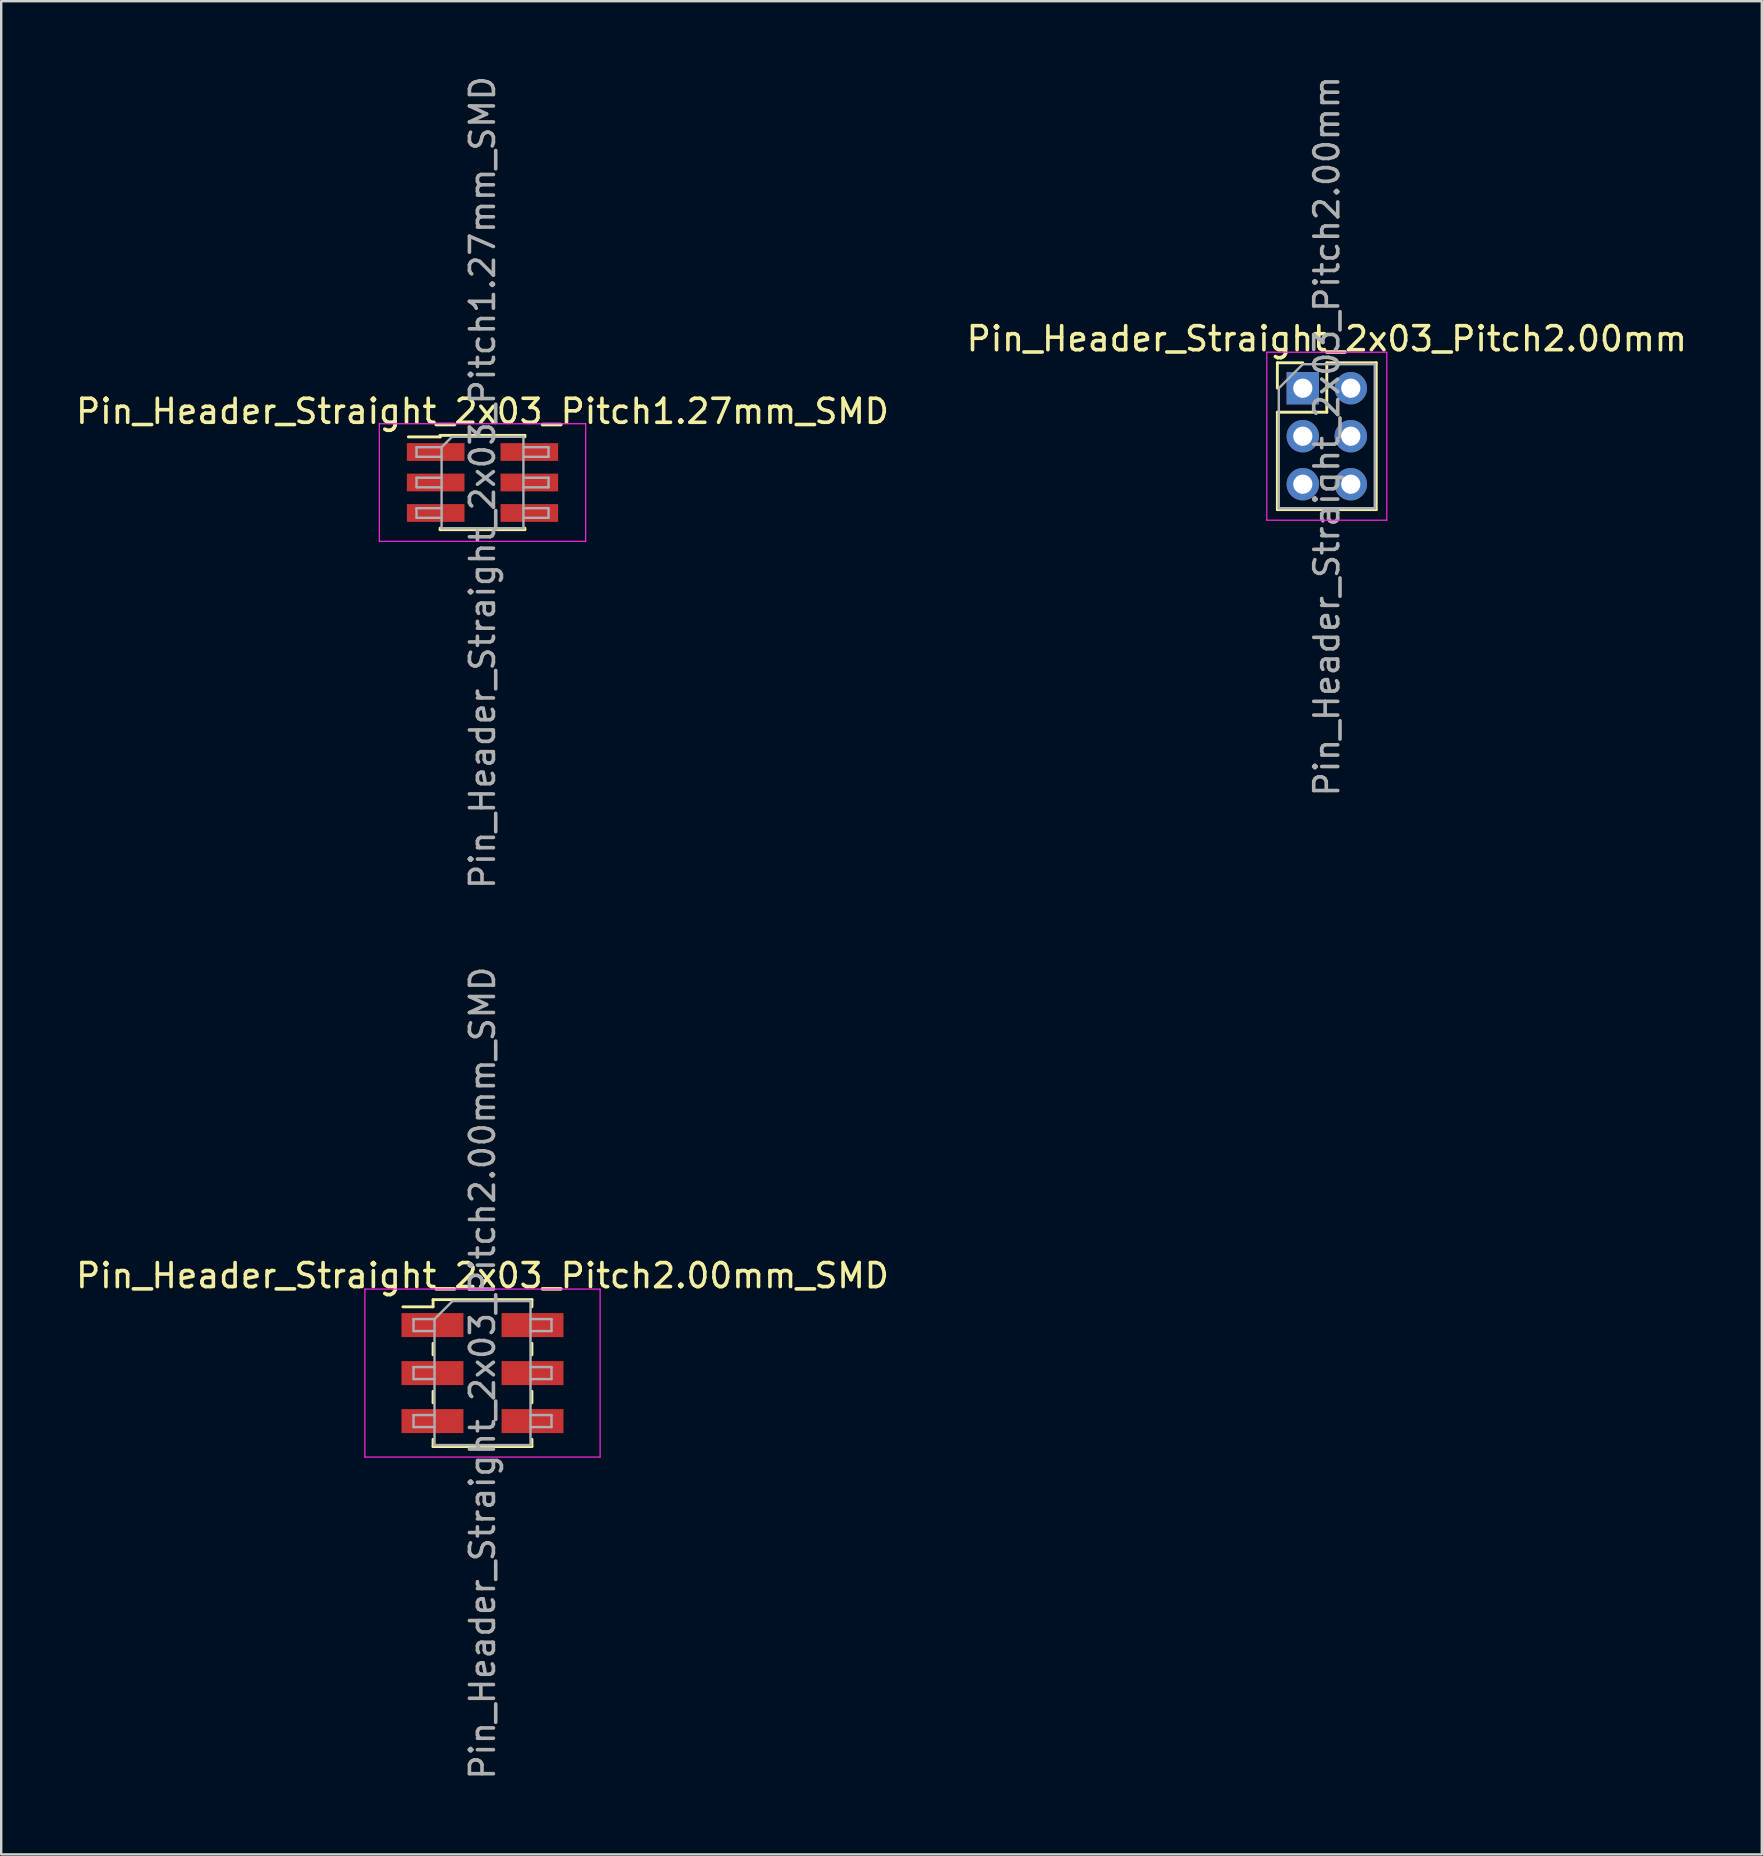
<source format=kicad_pcb>
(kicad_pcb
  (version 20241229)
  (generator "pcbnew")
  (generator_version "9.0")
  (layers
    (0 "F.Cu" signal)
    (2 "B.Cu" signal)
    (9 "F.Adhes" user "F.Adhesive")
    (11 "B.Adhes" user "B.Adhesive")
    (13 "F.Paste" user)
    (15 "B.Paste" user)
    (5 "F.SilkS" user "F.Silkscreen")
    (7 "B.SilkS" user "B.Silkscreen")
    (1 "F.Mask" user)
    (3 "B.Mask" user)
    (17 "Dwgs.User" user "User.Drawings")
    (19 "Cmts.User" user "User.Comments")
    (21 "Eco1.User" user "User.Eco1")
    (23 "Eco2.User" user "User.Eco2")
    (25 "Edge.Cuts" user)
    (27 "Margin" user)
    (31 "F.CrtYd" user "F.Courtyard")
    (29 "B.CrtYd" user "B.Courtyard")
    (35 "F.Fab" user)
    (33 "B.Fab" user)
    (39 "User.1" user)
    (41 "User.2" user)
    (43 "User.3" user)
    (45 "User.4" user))
  (footprint "Pin_Header_Straight_2x03_Pitch2.00mm"
    (layer "F.Cu")
    (at 51.232 13.125)
    (property "Reference" "Pin_Header_Straight_2x03_Pitch2.00mm" (at 1 -2.06 0) (layer "F.SilkS") (effects (font (size 1 1) (thickness 0.15))))
    (attr through_hole)
    (fp_line (start -1.06 -1.06) (end 0 -1.06) (stroke (width 0.12) (type solid)) (layer "F.SilkS"))
    (fp_line (start -1.06 0) (end -1.06 -1.06) (stroke (width 0.12) (type solid)) (layer "F.SilkS"))
    (fp_line (start -1.06 1) (end -1.06 5.06) (stroke (width 0.12) (type solid)) (layer "F.SilkS"))
    (fp_line (start -1.06 1) (end 1 1) (stroke (width 0.12) (type solid)) (layer "F.SilkS"))
    (fp_line (start -1.06 5.06) (end 3.06 5.06) (stroke (width 0.12) (type solid)) (layer "F.SilkS"))
    (fp_line (start 1 -1.06) (end 3.06 -1.06) (stroke (width 0.12) (type solid)) (layer "F.SilkS"))
    (fp_line (start 1 1) (end 1 -1.06) (stroke (width 0.12) (type solid)) (layer "F.SilkS"))
    (fp_line (start 3.06 -1.06) (end 3.06 5.06) (stroke (width 0.12) (type solid)) (layer "F.SilkS"))
    (fp_line (start -1.5 -1.5) (end -1.5 5.5) (stroke (width 0.05) (type solid)) (layer "F.CrtYd"))
    (fp_line (start -1.5 5.5) (end 3.5 5.5) (stroke (width 0.05) (type solid)) (layer "F.CrtYd"))
    (fp_line (start 3.5 -1.5) (end -1.5 -1.5) (stroke (width 0.05) (type solid)) (layer "F.CrtYd"))
    (fp_line (start 3.5 5.5) (end 3.5 -1.5) (stroke (width 0.05) (type solid)) (layer "F.CrtYd"))
    (fp_line (start -1 0) (end 0 -1) (stroke (width 0.1) (type solid)) (layer "F.Fab"))
    (fp_line (start -1 5) (end -1 0) (stroke (width 0.1) (type solid)) (layer "F.Fab"))
    (fp_line (start 0 -1) (end 3 -1) (stroke (width 0.1) (type solid)) (layer "F.Fab"))
    (fp_line (start 3 -1) (end 3 5) (stroke (width 0.1) (type solid)) (layer "F.Fab"))
    (fp_line (start 3 5) (end -1 5) (stroke (width 0.1) (type solid)) (layer "F.Fab"))
    (fp_text user "${REFERENCE}" (at 1 2 90) (layer "F.Fab") (effects (font (size 1 1) (thickness 0.15))))
    (pad "1" thru_hole rect (at 0 0) (size 1.35 1.35) (drill 0.8) (layers "*.Cu" "*.Mask"))
    (pad "2" thru_hole oval (at 2 0) (size 1.35 1.35) (drill 0.8) (layers "*.Cu" "*.Mask"))
    (pad "3" thru_hole oval (at 0 2) (size 1.35 1.35) (drill 0.8) (layers "*.Cu" "*.Mask"))
    (pad "4" thru_hole oval (at 2 2) (size 1.35 1.35) (drill 0.8) (layers "*.Cu" "*.Mask"))
    (pad "5" thru_hole oval (at 0 4) (size 1.35 1.35) (drill 0.8) (layers "*.Cu" "*.Mask"))
    (pad "6" thru_hole oval (at 2 4) (size 1.35 1.35) (drill 0.8) (layers "*.Cu" "*.Mask")))
  (footprint "Pin_Header_Straight_2x03_Pitch1.27mm_SMD"
    (layer "F.Cu")
    (at 17.054 17.054)
    (property "Reference" "Pin_Header_Straight_2x03_Pitch1.27mm_SMD" (at 0 -2.965 0) (layer "F.SilkS") (effects (font (size 1 1) (thickness 0.15))))
    (attr smd)
    (fp_line (start -3.09 -1.9) (end -1.765 -1.9) (stroke (width 0.12) (type solid)) (layer "F.SilkS"))
    (fp_line (start -1.765 -1.965) (end -1.765 -1.9) (stroke (width 0.12) (type solid)) (layer "F.SilkS"))
    (fp_line (start -1.765 -1.965) (end 1.765 -1.965) (stroke (width 0.12) (type solid)) (layer "F.SilkS"))
    (fp_line (start -1.765 1.9) (end -1.765 1.965) (stroke (width 0.12) (type solid)) (layer "F.SilkS"))
    (fp_line (start -1.765 1.965) (end 1.765 1.965) (stroke (width 0.12) (type solid)) (layer "F.SilkS"))
    (fp_line (start 1.765 -1.965) (end 1.765 -1.9) (stroke (width 0.12) (type solid)) (layer "F.SilkS"))
    (fp_line (start 1.765 1.9) (end 1.765 1.965) (stroke (width 0.12) (type solid)) (layer "F.SilkS"))
    (fp_line (start -4.3 -2.45) (end -4.3 2.45) (stroke (width 0.05) (type solid)) (layer "F.CrtYd"))
    (fp_line (start -4.3 2.45) (end 4.3 2.45) (stroke (width 0.05) (type solid)) (layer "F.CrtYd"))
    (fp_line (start 4.3 -2.45) (end -4.3 -2.45) (stroke (width 0.05) (type solid)) (layer "F.CrtYd"))
    (fp_line (start 4.3 2.45) (end 4.3 -2.45) (stroke (width 0.05) (type solid)) (layer "F.CrtYd"))
    (fp_line (start -2.75 -1.47) (end -2.75 -1.07) (stroke (width 0.1) (type solid)) (layer "F.Fab"))
    (fp_line (start -2.75 -1.07) (end -1.705 -1.07) (stroke (width 0.1) (type solid)) (layer "F.Fab"))
    (fp_line (start -2.75 -0.2) (end -2.75 0.2) (stroke (width 0.1) (type solid)) (layer "F.Fab"))
    (fp_line (start -2.75 0.2) (end -1.705 0.2) (stroke (width 0.1) (type solid)) (layer "F.Fab"))
    (fp_line (start -2.75 1.07) (end -2.75 1.47) (stroke (width 0.1) (type solid)) (layer "F.Fab"))
    (fp_line (start -2.75 1.47) (end -1.705 1.47) (stroke (width 0.1) (type solid)) (layer "F.Fab"))
    (fp_line (start -1.705 -1.47) (end -2.75 -1.47) (stroke (width 0.1) (type solid)) (layer "F.Fab"))
    (fp_line (start -1.705 -1.47) (end -1.27 -1.905) (stroke (width 0.1) (type solid)) (layer "F.Fab"))
    (fp_line (start -1.705 -0.2) (end -2.75 -0.2) (stroke (width 0.1) (type solid)) (layer "F.Fab"))
    (fp_line (start -1.705 1.07) (end -2.75 1.07) (stroke (width 0.1) (type solid)) (layer "F.Fab"))
    (fp_line (start -1.705 1.905) (end -1.705 -1.47) (stroke (width 0.1) (type solid)) (layer "F.Fab"))
    (fp_line (start -1.27 -1.905) (end 1.705 -1.905) (stroke (width 0.1) (type solid)) (layer "F.Fab"))
    (fp_line (start 1.705 -1.905) (end 1.705 1.905) (stroke (width 0.1) (type solid)) (layer "F.Fab"))
    (fp_line (start 1.705 -1.47) (end 2.75 -1.47) (stroke (width 0.1) (type solid)) (layer "F.Fab"))
    (fp_line (start 1.705 -0.2) (end 2.75 -0.2) (stroke (width 0.1) (type solid)) (layer "F.Fab"))
    (fp_line (start 1.705 1.07) (end 2.75 1.07) (stroke (width 0.1) (type solid)) (layer "F.Fab"))
    (fp_line (start 1.705 1.905) (end -1.705 1.905) (stroke (width 0.1) (type solid)) (layer "F.Fab"))
    (fp_line (start 2.75 -1.47) (end 2.75 -1.07) (stroke (width 0.1) (type solid)) (layer "F.Fab"))
    (fp_line (start 2.75 -1.07) (end 1.705 -1.07) (stroke (width 0.1) (type solid)) (layer "F.Fab"))
    (fp_line (start 2.75 -0.2) (end 2.75 0.2) (stroke (width 0.1) (type solid)) (layer "F.Fab"))
    (fp_line (start 2.75 0.2) (end 1.705 0.2) (stroke (width 0.1) (type solid)) (layer "F.Fab"))
    (fp_line (start 2.75 1.07) (end 2.75 1.47) (stroke (width 0.1) (type solid)) (layer "F.Fab"))
    (fp_line (start 2.75 1.47) (end 1.705 1.47) (stroke (width 0.1) (type solid)) (layer "F.Fab"))
    (fp_text user "${REFERENCE}" (at 0 0 90) (layer "F.Fab") (effects (font (size 1 1) (thickness 0.15))))
    (pad "1" smd rect (at -1.95 -1.27) (size 2.4 0.74) (layers "F.Cu" "F.Mask" "F.Paste"))
    (pad "2" smd rect (at 1.95 -1.27) (size 2.4 0.74) (layers "F.Cu" "F.Mask" "F.Paste"))
    (pad "3" smd rect (at -1.95 0) (size 2.4 0.74) (layers "F.Cu" "F.Mask" "F.Paste"))
    (pad "4" smd rect (at 1.95 0) (size 2.4 0.74) (layers "F.Cu" "F.Mask" "F.Paste"))
    (pad "5" smd rect (at -1.95 1.27) (size 2.4 0.74) (layers "F.Cu" "F.Mask" "F.Paste"))
    (pad "6" smd rect (at 1.95 1.27) (size 2.4 0.74) (layers "F.Cu" "F.Mask" "F.Paste")))
  (footprint "Pin_Header_Straight_2x03_Pitch2.00mm_SMD"
    (layer "F.Cu")
    (at 17.054 54.161)
    (property "Reference" "Pin_Header_Straight_2x03_Pitch2.00mm_SMD" (at 0 -4.06 0) (layer "F.SilkS") (effects (font (size 1 1) (thickness 0.15))))
    (attr smd)
    (fp_line (start -3.315 -2.76) (end -2.06 -2.76) (stroke (width 0.12) (type solid)) (layer "F.SilkS"))
    (fp_line (start -2.06 -3.06) (end -2.06 -2.76) (stroke (width 0.12) (type solid)) (layer "F.SilkS"))
    (fp_line (start -2.06 -3.06) (end 2.06 -3.06) (stroke (width 0.12) (type solid)) (layer "F.SilkS"))
    (fp_line (start -2.06 -1.24) (end -2.06 -0.76) (stroke (width 0.12) (type solid)) (layer "F.SilkS"))
    (fp_line (start -2.06 0.76) (end -2.06 1.24) (stroke (width 0.12) (type solid)) (layer "F.SilkS"))
    (fp_line (start -2.06 2.76) (end -2.06 3.06) (stroke (width 0.12) (type solid)) (layer "F.SilkS"))
    (fp_line (start -2.06 3.06) (end 2.06 3.06) (stroke (width 0.12) (type solid)) (layer "F.SilkS"))
    (fp_line (start 2.06 -3.06) (end 2.06 -2.76) (stroke (width 0.12) (type solid)) (layer "F.SilkS"))
    (fp_line (start 2.06 -1.24) (end 2.06 -0.76) (stroke (width 0.12) (type solid)) (layer "F.SilkS"))
    (fp_line (start 2.06 0.76) (end 2.06 1.24) (stroke (width 0.12) (type solid)) (layer "F.SilkS"))
    (fp_line (start 2.06 2.76) (end 2.06 3.06) (stroke (width 0.12) (type solid)) (layer "F.SilkS"))
    (fp_line (start -4.9 -3.5) (end -4.9 3.5) (stroke (width 0.05) (type solid)) (layer "F.CrtYd"))
    (fp_line (start -4.9 3.5) (end 4.9 3.5) (stroke (width 0.05) (type solid)) (layer "F.CrtYd"))
    (fp_line (start 4.9 -3.5) (end -4.9 -3.5) (stroke (width 0.05) (type solid)) (layer "F.CrtYd"))
    (fp_line (start 4.9 3.5) (end 4.9 -3.5) (stroke (width 0.05) (type solid)) (layer "F.CrtYd"))
    (fp_line (start -2.875 -2.25) (end -2.875 -1.75) (stroke (width 0.1) (type solid)) (layer "F.Fab"))
    (fp_line (start -2.875 -1.75) (end -2 -1.75) (stroke (width 0.1) (type solid)) (layer "F.Fab"))
    (fp_line (start -2.875 -0.25) (end -2.875 0.25) (stroke (width 0.1) (type solid)) (layer "F.Fab"))
    (fp_line (start -2.875 0.25) (end -2 0.25) (stroke (width 0.1) (type solid)) (layer "F.Fab"))
    (fp_line (start -2.875 1.75) (end -2.875 2.25) (stroke (width 0.1) (type solid)) (layer "F.Fab"))
    (fp_line (start -2.875 2.25) (end -2 2.25) (stroke (width 0.1) (type solid)) (layer "F.Fab"))
    (fp_line (start -2 -2.25) (end -2.875 -2.25) (stroke (width 0.1) (type solid)) (layer "F.Fab"))
    (fp_line (start -2 -2.25) (end -1.25 -3) (stroke (width 0.1) (type solid)) (layer "F.Fab"))
    (fp_line (start -2 -0.25) (end -2.875 -0.25) (stroke (width 0.1) (type solid)) (layer "F.Fab"))
    (fp_line (start -2 1.75) (end -2.875 1.75) (stroke (width 0.1) (type solid)) (layer "F.Fab"))
    (fp_line (start -2 3) (end -2 -2.25) (stroke (width 0.1) (type solid)) (layer "F.Fab"))
    (fp_line (start -1.25 -3) (end 2 -3) (stroke (width 0.1) (type solid)) (layer "F.Fab"))
    (fp_line (start 2 -3) (end 2 3) (stroke (width 0.1) (type solid)) (layer "F.Fab"))
    (fp_line (start 2 -2.25) (end 2.875 -2.25) (stroke (width 0.1) (type solid)) (layer "F.Fab"))
    (fp_line (start 2 -0.25) (end 2.875 -0.25) (stroke (width 0.1) (type solid)) (layer "F.Fab"))
    (fp_line (start 2 1.75) (end 2.875 1.75) (stroke (width 0.1) (type solid)) (layer "F.Fab"))
    (fp_line (start 2 3) (end -2 3) (stroke (width 0.1) (type solid)) (layer "F.Fab"))
    (fp_line (start 2.875 -2.25) (end 2.875 -1.75) (stroke (width 0.1) (type solid)) (layer "F.Fab"))
    (fp_line (start 2.875 -1.75) (end 2 -1.75) (stroke (width 0.1) (type solid)) (layer "F.Fab"))
    (fp_line (start 2.875 -0.25) (end 2.875 0.25) (stroke (width 0.1) (type solid)) (layer "F.Fab"))
    (fp_line (start 2.875 0.25) (end 2 0.25) (stroke (width 0.1) (type solid)) (layer "F.Fab"))
    (fp_line (start 2.875 1.75) (end 2.875 2.25) (stroke (width 0.1) (type solid)) (layer "F.Fab"))
    (fp_line (start 2.875 2.25) (end 2 2.25) (stroke (width 0.1) (type solid)) (layer "F.Fab"))
    (fp_text user "${REFERENCE}" (at 0 0 90) (layer "F.Fab") (effects (font (size 1 1) (thickness 0.15))))
    (pad "1" smd rect (at -2.085 -2) (size 2.58 1) (layers "F.Cu" "F.Mask" "F.Paste"))
    (pad "2" smd rect (at 2.085 -2) (size 2.58 1) (layers "F.Cu" "F.Mask" "F.Paste"))
    (pad "3" smd rect (at -2.085 0) (size 2.58 1) (layers "F.Cu" "F.Mask" "F.Paste"))
    (pad "4" smd rect (at 2.085 0) (size 2.58 1) (layers "F.Cu" "F.Mask" "F.Paste"))
    (pad "5" smd rect (at -2.085 2) (size 2.58 1) (layers "F.Cu" "F.Mask" "F.Paste"))
    (pad "6" smd rect (at 2.085 2) (size 2.58 1) (layers "F.Cu" "F.Mask" "F.Paste")))
  (gr_rect
    (start -3 -3)
    (end 70.357 74.214)
    (stroke (width 0.1) (type default))
    (fill no)
    (layer "Edge.Cuts")))
</source>
